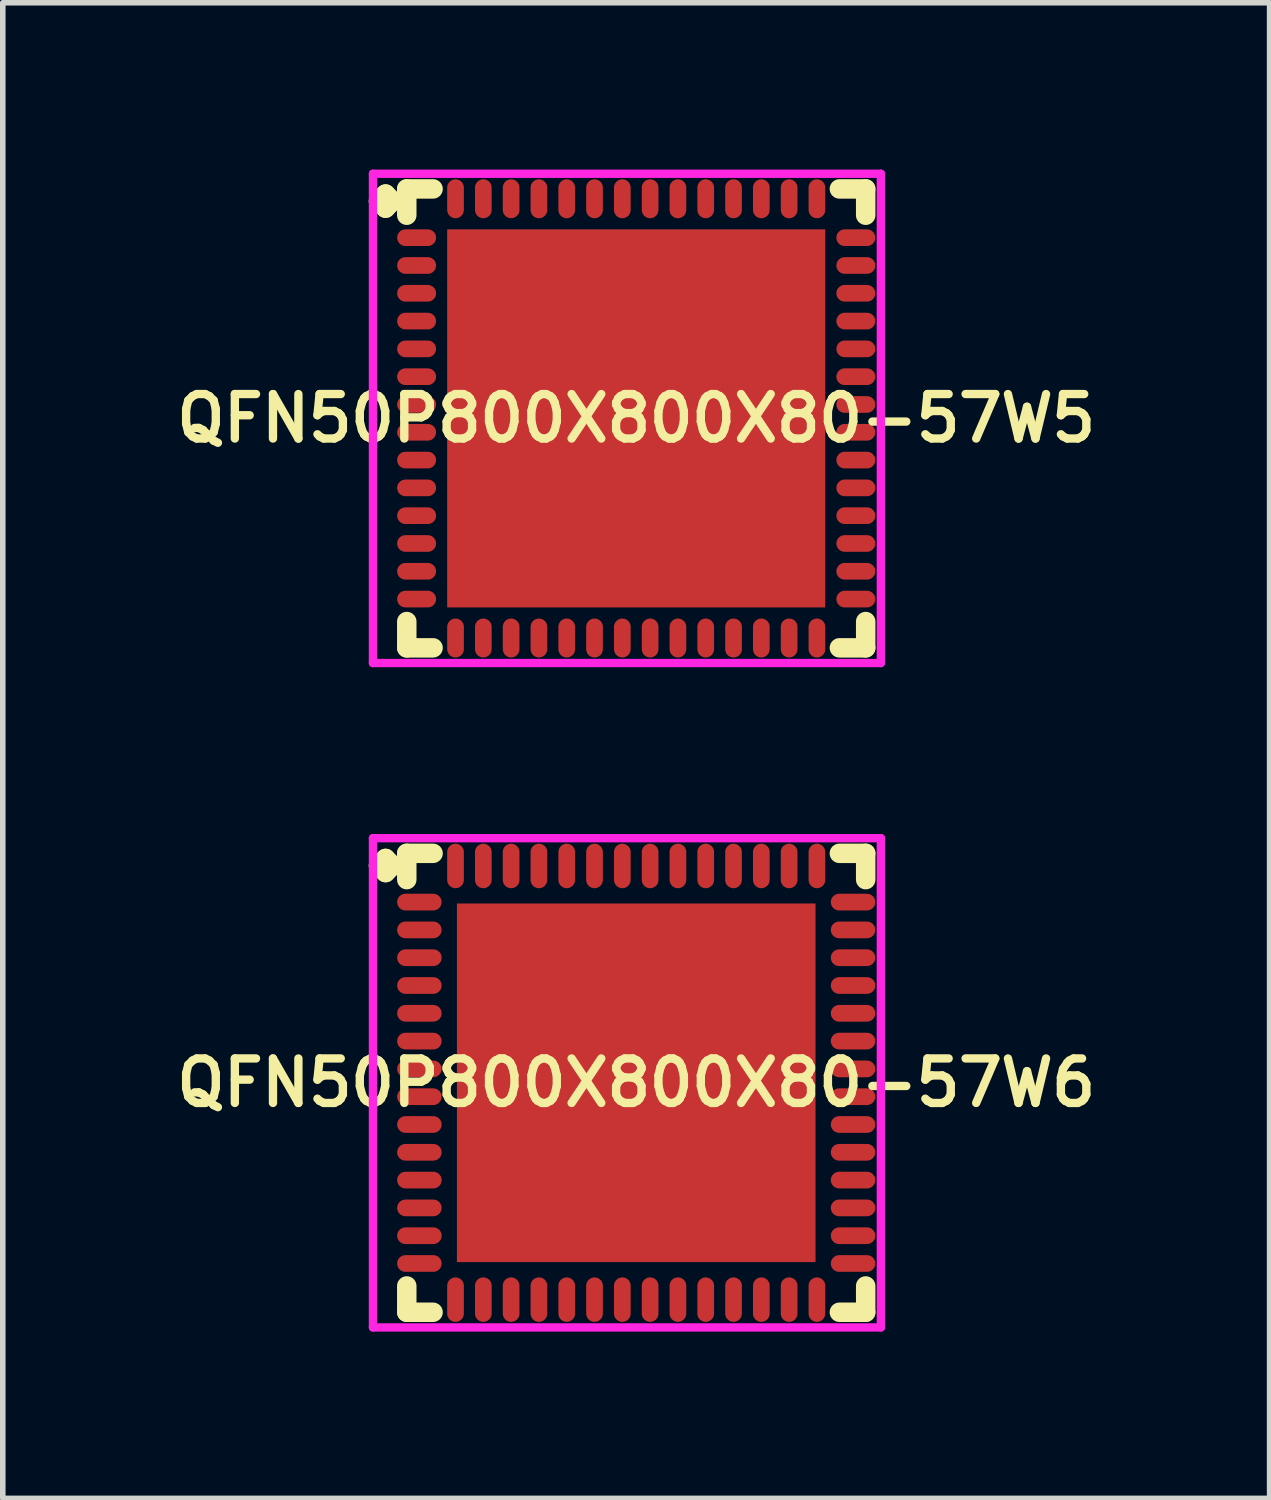
<source format=kicad_pcb>
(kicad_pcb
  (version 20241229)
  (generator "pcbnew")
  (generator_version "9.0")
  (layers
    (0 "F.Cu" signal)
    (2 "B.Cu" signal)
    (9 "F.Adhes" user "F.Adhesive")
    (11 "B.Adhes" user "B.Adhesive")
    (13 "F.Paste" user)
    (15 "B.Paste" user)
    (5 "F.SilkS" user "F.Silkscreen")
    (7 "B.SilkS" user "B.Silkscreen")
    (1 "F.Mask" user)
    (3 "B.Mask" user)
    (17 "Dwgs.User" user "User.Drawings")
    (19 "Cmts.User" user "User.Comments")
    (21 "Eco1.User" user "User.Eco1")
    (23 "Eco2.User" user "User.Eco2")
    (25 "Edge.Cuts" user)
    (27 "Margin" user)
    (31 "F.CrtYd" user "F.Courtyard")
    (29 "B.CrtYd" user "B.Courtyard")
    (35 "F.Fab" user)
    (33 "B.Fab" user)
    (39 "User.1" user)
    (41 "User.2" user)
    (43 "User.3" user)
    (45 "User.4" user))
  (footprint "QFN50P800X800X80-57W6"
    (layer "F.Cu")
    (at 8.393 16.425)
    (property "Reference" "QFN50P800X800X80-57W6" (at 0 0 0) (layer "F.SilkS") (effects (font (size 0.8 0.8) (thickness 0.15))))
    (attr smd)
    (fp_line (start -4.635 -3.908) (end -4.508 -4.035) (stroke (width 0.35) (type solid)) (layer "F.SilkS"))
    (fp_line (start -4.508 -4.035) (end -4.381 -3.908) (stroke (width 0.35) (type solid)) (layer "F.SilkS"))
    (fp_line (start -4.508 -3.781) (end -4.635 -3.908) (stroke (width 0.35) (type solid)) (layer "F.SilkS"))
    (fp_line (start -4.381 -3.908) (end -4.508 -3.781) (stroke (width 0.35) (type solid)) (layer "F.SilkS"))
    (fp_line (start -4.127 -4.127) (end -3.654 -4.127) (stroke (width 0.35) (type solid)) (layer "F.SilkS"))
    (fp_line (start -4.127 -3.654) (end -4.127 -4.127) (stroke (width 0.35) (type solid)) (layer "F.SilkS"))
    (fp_line (start -4.127 3.654) (end -4.127 4.127) (stroke (width 0.35) (type solid)) (layer "F.SilkS"))
    (fp_line (start -4.127 4.127) (end -3.654 4.127) (stroke (width 0.35) (type solid)) (layer "F.SilkS"))
    (fp_line (start 3.654 -4.127) (end 4.127 -4.127) (stroke (width 0.35) (type solid)) (layer "F.SilkS"))
    (fp_line (start 3.654 4.127) (end 4.127 4.127) (stroke (width 0.35) (type solid)) (layer "F.SilkS"))
    (fp_line (start 4.127 -4.127) (end 4.127 -3.654) (stroke (width 0.35) (type solid)) (layer "F.SilkS"))
    (fp_line (start 4.127 4.127) (end 4.127 3.654) (stroke (width 0.35) (type solid)) (layer "F.SilkS"))
    (fp_line (start -4.735 -4.4) (end 4.4 -4.4) (stroke (width 0.15) (type solid)) (layer "F.CrtYd"))
    (fp_line (start -4.735 4.4) (end -4.735 -4.4) (stroke (width 0.15) (type solid)) (layer "F.CrtYd"))
    (fp_line (start 4.4 -4.4) (end 4.4 4.4) (stroke (width 0.15) (type solid)) (layer "F.CrtYd"))
    (fp_line (start 4.4 4.4) (end -4.735 4.4) (stroke (width 0.15) (type solid)) (layer "F.CrtYd"))
    (pad "1" smd oval (at -3.9 -3.25) (size 0.8 0.3) (layers "F.Cu" "F.Mask" "F.Paste"))
    (pad "2" smd oval (at -3.9 -2.75) (size 0.8 0.3) (layers "F.Cu" "F.Mask" "F.Paste"))
    (pad "3" smd oval (at -3.9 -2.25) (size 0.8 0.3) (layers "F.Cu" "F.Mask" "F.Paste"))
    (pad "4" smd oval (at -3.9 -1.75) (size 0.8 0.3) (layers "F.Cu" "F.Mask" "F.Paste"))
    (pad "5" smd oval (at -3.9 -1.25) (size 0.8 0.3) (layers "F.Cu" "F.Mask" "F.Paste"))
    (pad "6" smd oval (at -3.9 -0.75) (size 0.8 0.3) (layers "F.Cu" "F.Mask" "F.Paste"))
    (pad "7" smd oval (at -3.9 -0.25) (size 0.8 0.3) (layers "F.Cu" "F.Mask" "F.Paste"))
    (pad "8" smd oval (at -3.9 0.25) (size 0.8 0.3) (layers "F.Cu" "F.Mask" "F.Paste"))
    (pad "9" smd oval (at -3.9 0.75) (size 0.8 0.3) (layers "F.Cu" "F.Mask" "F.Paste"))
    (pad "10" smd oval (at -3.9 1.25) (size 0.8 0.3) (layers "F.Cu" "F.Mask" "F.Paste"))
    (pad "11" smd oval (at -3.9 1.75) (size 0.8 0.3) (layers "F.Cu" "F.Mask" "F.Paste"))
    (pad "12" smd oval (at -3.9 2.25) (size 0.8 0.3) (layers "F.Cu" "F.Mask" "F.Paste"))
    (pad "13" smd oval (at -3.9 2.75) (size 0.8 0.3) (layers "F.Cu" "F.Mask" "F.Paste"))
    (pad "14" smd oval (at -3.9 3.25) (size 0.8 0.3) (layers "F.Cu" "F.Mask" "F.Paste"))
    (pad "15" smd oval (at -3.25 3.9) (size 0.3 0.8) (layers "F.Cu" "F.Mask" "F.Paste"))
    (pad "16" smd oval (at -2.75 3.9) (size 0.3 0.8) (layers "F.Cu" "F.Mask" "F.Paste"))
    (pad "17" smd oval (at -2.25 3.9) (size 0.3 0.8) (layers "F.Cu" "F.Mask" "F.Paste"))
    (pad "18" smd oval (at -1.75 3.9) (size 0.3 0.8) (layers "F.Cu" "F.Mask" "F.Paste"))
    (pad "19" smd oval (at -1.25 3.9) (size 0.3 0.8) (layers "F.Cu" "F.Mask" "F.Paste"))
    (pad "20" smd oval (at -0.75 3.9) (size 0.3 0.8) (layers "F.Cu" "F.Mask" "F.Paste"))
    (pad "21" smd oval (at -0.25 3.9) (size 0.3 0.8) (layers "F.Cu" "F.Mask" "F.Paste"))
    (pad "22" smd oval (at 0.25 3.9) (size 0.3 0.8) (layers "F.Cu" "F.Mask" "F.Paste"))
    (pad "23" smd oval (at 0.75 3.9) (size 0.3 0.8) (layers "F.Cu" "F.Mask" "F.Paste"))
    (pad "24" smd oval (at 1.25 3.9) (size 0.3 0.8) (layers "F.Cu" "F.Mask" "F.Paste"))
    (pad "25" smd oval (at 1.75 3.9) (size 0.3 0.8) (layers "F.Cu" "F.Mask" "F.Paste"))
    (pad "26" smd oval (at 2.25 3.9) (size 0.3 0.8) (layers "F.Cu" "F.Mask" "F.Paste"))
    (pad "27" smd oval (at 2.75 3.9) (size 0.3 0.8) (layers "F.Cu" "F.Mask" "F.Paste"))
    (pad "28" smd oval (at 3.25 3.9) (size 0.3 0.8) (layers "F.Cu" "F.Mask" "F.Paste"))
    (pad "29" smd oval (at 3.9 3.25) (size 0.8 0.3) (layers "F.Cu" "F.Mask" "F.Paste"))
    (pad "30" smd oval (at 3.9 2.75) (size 0.8 0.3) (layers "F.Cu" "F.Mask" "F.Paste"))
    (pad "31" smd oval (at 3.9 2.25) (size 0.8 0.3) (layers "F.Cu" "F.Mask" "F.Paste"))
    (pad "32" smd oval (at 3.9 1.75) (size 0.8 0.3) (layers "F.Cu" "F.Mask" "F.Paste"))
    (pad "33" smd oval (at 3.9 1.25) (size 0.8 0.3) (layers "F.Cu" "F.Mask" "F.Paste"))
    (pad "34" smd oval (at 3.9 0.75) (size 0.8 0.3) (layers "F.Cu" "F.Mask" "F.Paste"))
    (pad "35" smd oval (at 3.9 0.25) (size 0.8 0.3) (layers "F.Cu" "F.Mask" "F.Paste"))
    (pad "36" smd oval (at 3.9 -0.25) (size 0.8 0.3) (layers "F.Cu" "F.Mask" "F.Paste"))
    (pad "37" smd oval (at 3.9 -0.75) (size 0.8 0.3) (layers "F.Cu" "F.Mask" "F.Paste"))
    (pad "38" smd oval (at 3.9 -1.25) (size 0.8 0.3) (layers "F.Cu" "F.Mask" "F.Paste"))
    (pad "39" smd oval (at 3.9 -1.75) (size 0.8 0.3) (layers "F.Cu" "F.Mask" "F.Paste"))
    (pad "40" smd oval (at 3.9 -2.25) (size 0.8 0.3) (layers "F.Cu" "F.Mask" "F.Paste"))
    (pad "41" smd oval (at 3.9 -2.75) (size 0.8 0.3) (layers "F.Cu" "F.Mask" "F.Paste"))
    (pad "42" smd oval (at 3.9 -3.25) (size 0.8 0.3) (layers "F.Cu" "F.Mask" "F.Paste"))
    (pad "43" smd oval (at 3.25 -3.9) (size 0.3 0.8) (layers "F.Cu" "F.Mask" "F.Paste"))
    (pad "44" smd oval (at 2.75 -3.9) (size 0.3 0.8) (layers "F.Cu" "F.Mask" "F.Paste"))
    (pad "45" smd oval (at 2.25 -3.9) (size 0.3 0.8) (layers "F.Cu" "F.Mask" "F.Paste"))
    (pad "46" smd oval (at 1.75 -3.9) (size 0.3 0.8) (layers "F.Cu" "F.Mask" "F.Paste"))
    (pad "47" smd oval (at 1.25 -3.9) (size 0.3 0.8) (layers "F.Cu" "F.Mask" "F.Paste"))
    (pad "48" smd oval (at 0.75 -3.9) (size 0.3 0.8) (layers "F.Cu" "F.Mask" "F.Paste"))
    (pad "49" smd oval (at 0.25 -3.9) (size 0.3 0.8) (layers "F.Cu" "F.Mask" "F.Paste"))
    (pad "50" smd oval (at -0.25 -3.9) (size 0.3 0.8) (layers "F.Cu" "F.Mask" "F.Paste"))
    (pad "51" smd oval (at -0.75 -3.9) (size 0.3 0.8) (layers "F.Cu" "F.Mask" "F.Paste"))
    (pad "52" smd oval (at -1.25 -3.9) (size 0.3 0.8) (layers "F.Cu" "F.Mask" "F.Paste"))
    (pad "53" smd oval (at -1.75 -3.9) (size 0.3 0.8) (layers "F.Cu" "F.Mask" "F.Paste"))
    (pad "54" smd oval (at -2.25 -3.9) (size 0.3 0.8) (layers "F.Cu" "F.Mask" "F.Paste"))
    (pad "55" smd oval (at -2.75 -3.9) (size 0.3 0.8) (layers "F.Cu" "F.Mask" "F.Paste"))
    (pad "56" smd oval (at -3.25 -3.9) (size 0.3 0.8) (layers "F.Cu" "F.Mask" "F.Paste"))
    (pad "57" smd rect (at 0 0) (size 6.45 6.45) (layers "F.Cu" "F.Mask" "F.Paste")))
  (footprint "QFN50P800X800X80-57W5"
    (layer "F.Cu")
    (at 8.393 4.475)
    (property "Reference" "QFN50P800X800X80-57W5" (at 0 0 0) (layer "F.SilkS") (effects (font (size 0.8 0.8) (thickness 0.15))))
    (attr smd)
    (fp_line (start -4.635 -3.908) (end -4.508 -4.035) (stroke (width 0.35) (type solid)) (layer "F.SilkS"))
    (fp_line (start -4.508 -4.035) (end -4.381 -3.908) (stroke (width 0.35) (type solid)) (layer "F.SilkS"))
    (fp_line (start -4.508 -3.781) (end -4.635 -3.908) (stroke (width 0.35) (type solid)) (layer "F.SilkS"))
    (fp_line (start -4.381 -3.908) (end -4.508 -3.781) (stroke (width 0.35) (type solid)) (layer "F.SilkS"))
    (fp_line (start -4.127 -4.127) (end -3.654 -4.127) (stroke (width 0.35) (type solid)) (layer "F.SilkS"))
    (fp_line (start -4.127 -3.654) (end -4.127 -4.127) (stroke (width 0.35) (type solid)) (layer "F.SilkS"))
    (fp_line (start -4.127 3.654) (end -4.127 4.127) (stroke (width 0.35) (type solid)) (layer "F.SilkS"))
    (fp_line (start -4.127 4.127) (end -3.654 4.127) (stroke (width 0.35) (type solid)) (layer "F.SilkS"))
    (fp_line (start 3.654 -4.127) (end 4.127 -4.127) (stroke (width 0.35) (type solid)) (layer "F.SilkS"))
    (fp_line (start 3.654 4.127) (end 4.127 4.127) (stroke (width 0.35) (type solid)) (layer "F.SilkS"))
    (fp_line (start 4.127 -4.127) (end 4.127 -3.654) (stroke (width 0.35) (type solid)) (layer "F.SilkS"))
    (fp_line (start 4.127 4.127) (end 4.127 3.654) (stroke (width 0.35) (type solid)) (layer "F.SilkS"))
    (fp_line (start -4.735 -4.4) (end 4.4 -4.4) (stroke (width 0.15) (type solid)) (layer "F.CrtYd"))
    (fp_line (start -4.735 4.4) (end -4.735 -4.4) (stroke (width 0.15) (type solid)) (layer "F.CrtYd"))
    (fp_line (start 4.4 -4.4) (end 4.4 4.4) (stroke (width 0.15) (type solid)) (layer "F.CrtYd"))
    (fp_line (start 4.4 4.4) (end -4.735 4.4) (stroke (width 0.15) (type solid)) (layer "F.CrtYd"))
    (pad "1" smd oval (at -3.95 -3.25) (size 0.7 0.3) (layers "F.Cu" "F.Mask" "F.Paste"))
    (pad "2" smd oval (at -3.95 -2.75) (size 0.7 0.3) (layers "F.Cu" "F.Mask" "F.Paste"))
    (pad "3" smd oval (at -3.95 -2.25) (size 0.7 0.3) (layers "F.Cu" "F.Mask" "F.Paste"))
    (pad "4" smd oval (at -3.95 -1.75) (size 0.7 0.3) (layers "F.Cu" "F.Mask" "F.Paste"))
    (pad "5" smd oval (at -3.95 -1.25) (size 0.7 0.3) (layers "F.Cu" "F.Mask" "F.Paste"))
    (pad "6" smd oval (at -3.95 -0.75) (size 0.7 0.3) (layers "F.Cu" "F.Mask" "F.Paste"))
    (pad "7" smd oval (at -3.95 -0.25) (size 0.7 0.3) (layers "F.Cu" "F.Mask" "F.Paste"))
    (pad "8" smd oval (at -3.95 0.25) (size 0.7 0.3) (layers "F.Cu" "F.Mask" "F.Paste"))
    (pad "9" smd oval (at -3.95 0.75) (size 0.7 0.3) (layers "F.Cu" "F.Mask" "F.Paste"))
    (pad "10" smd oval (at -3.95 1.25) (size 0.7 0.3) (layers "F.Cu" "F.Mask" "F.Paste"))
    (pad "11" smd oval (at -3.95 1.75) (size 0.7 0.3) (layers "F.Cu" "F.Mask" "F.Paste"))
    (pad "12" smd oval (at -3.95 2.25) (size 0.7 0.3) (layers "F.Cu" "F.Mask" "F.Paste"))
    (pad "13" smd oval (at -3.95 2.75) (size 0.7 0.3) (layers "F.Cu" "F.Mask" "F.Paste"))
    (pad "14" smd oval (at -3.95 3.25) (size 0.7 0.3) (layers "F.Cu" "F.Mask" "F.Paste"))
    (pad "15" smd oval (at -3.25 3.95) (size 0.3 0.7) (layers "F.Cu" "F.Mask" "F.Paste"))
    (pad "16" smd oval (at -2.75 3.95) (size 0.3 0.7) (layers "F.Cu" "F.Mask" "F.Paste"))
    (pad "17" smd oval (at -2.25 3.95) (size 0.3 0.7) (layers "F.Cu" "F.Mask" "F.Paste"))
    (pad "18" smd oval (at -1.75 3.95) (size 0.3 0.7) (layers "F.Cu" "F.Mask" "F.Paste"))
    (pad "19" smd oval (at -1.25 3.95) (size 0.3 0.7) (layers "F.Cu" "F.Mask" "F.Paste"))
    (pad "20" smd oval (at -0.75 3.95) (size 0.3 0.7) (layers "F.Cu" "F.Mask" "F.Paste"))
    (pad "21" smd oval (at -0.25 3.95) (size 0.3 0.7) (layers "F.Cu" "F.Mask" "F.Paste"))
    (pad "22" smd oval (at 0.25 3.95) (size 0.3 0.7) (layers "F.Cu" "F.Mask" "F.Paste"))
    (pad "23" smd oval (at 0.75 3.95) (size 0.3 0.7) (layers "F.Cu" "F.Mask" "F.Paste"))
    (pad "24" smd oval (at 1.25 3.95) (size 0.3 0.7) (layers "F.Cu" "F.Mask" "F.Paste"))
    (pad "25" smd oval (at 1.75 3.95) (size 0.3 0.7) (layers "F.Cu" "F.Mask" "F.Paste"))
    (pad "26" smd oval (at 2.25 3.95) (size 0.3 0.7) (layers "F.Cu" "F.Mask" "F.Paste"))
    (pad "27" smd oval (at 2.75 3.95) (size 0.3 0.7) (layers "F.Cu" "F.Mask" "F.Paste"))
    (pad "28" smd oval (at 3.25 3.95) (size 0.3 0.7) (layers "F.Cu" "F.Mask" "F.Paste"))
    (pad "29" smd oval (at 3.95 3.25) (size 0.7 0.3) (layers "F.Cu" "F.Mask" "F.Paste"))
    (pad "30" smd oval (at 3.95 2.75) (size 0.7 0.3) (layers "F.Cu" "F.Mask" "F.Paste"))
    (pad "31" smd oval (at 3.95 2.25) (size 0.7 0.3) (layers "F.Cu" "F.Mask" "F.Paste"))
    (pad "32" smd oval (at 3.95 1.75) (size 0.7 0.3) (layers "F.Cu" "F.Mask" "F.Paste"))
    (pad "33" smd oval (at 3.95 1.25) (size 0.7 0.3) (layers "F.Cu" "F.Mask" "F.Paste"))
    (pad "34" smd oval (at 3.95 0.75) (size 0.7 0.3) (layers "F.Cu" "F.Mask" "F.Paste"))
    (pad "35" smd oval (at 3.95 0.25) (size 0.7 0.3) (layers "F.Cu" "F.Mask" "F.Paste"))
    (pad "36" smd oval (at 3.95 -0.25) (size 0.7 0.3) (layers "F.Cu" "F.Mask" "F.Paste"))
    (pad "37" smd oval (at 3.95 -0.75) (size 0.7 0.3) (layers "F.Cu" "F.Mask" "F.Paste"))
    (pad "38" smd oval (at 3.95 -1.25) (size 0.7 0.3) (layers "F.Cu" "F.Mask" "F.Paste"))
    (pad "39" smd oval (at 3.95 -1.75) (size 0.7 0.3) (layers "F.Cu" "F.Mask" "F.Paste"))
    (pad "40" smd oval (at 3.95 -2.25) (size 0.7 0.3) (layers "F.Cu" "F.Mask" "F.Paste"))
    (pad "41" smd oval (at 3.95 -2.75) (size 0.7 0.3) (layers "F.Cu" "F.Mask" "F.Paste"))
    (pad "42" smd oval (at 3.95 -3.25) (size 0.7 0.3) (layers "F.Cu" "F.Mask" "F.Paste"))
    (pad "43" smd oval (at 3.25 -3.95) (size 0.3 0.7) (layers "F.Cu" "F.Mask" "F.Paste"))
    (pad "44" smd oval (at 2.75 -3.95) (size 0.3 0.7) (layers "F.Cu" "F.Mask" "F.Paste"))
    (pad "45" smd oval (at 2.25 -3.95) (size 0.3 0.7) (layers "F.Cu" "F.Mask" "F.Paste"))
    (pad "46" smd oval (at 1.75 -3.95) (size 0.3 0.7) (layers "F.Cu" "F.Mask" "F.Paste"))
    (pad "47" smd oval (at 1.25 -3.95) (size 0.3 0.7) (layers "F.Cu" "F.Mask" "F.Paste"))
    (pad "48" smd oval (at 0.75 -3.95) (size 0.3 0.7) (layers "F.Cu" "F.Mask" "F.Paste"))
    (pad "49" smd oval (at 0.25 -3.95) (size 0.3 0.7) (layers "F.Cu" "F.Mask" "F.Paste"))
    (pad "50" smd oval (at -0.25 -3.95) (size 0.3 0.7) (layers "F.Cu" "F.Mask" "F.Paste"))
    (pad "51" smd oval (at -0.75 -3.95) (size 0.3 0.7) (layers "F.Cu" "F.Mask" "F.Paste"))
    (pad "52" smd oval (at -1.25 -3.95) (size 0.3 0.7) (layers "F.Cu" "F.Mask" "F.Paste"))
    (pad "53" smd oval (at -1.75 -3.95) (size 0.3 0.7) (layers "F.Cu" "F.Mask" "F.Paste"))
    (pad "54" smd oval (at -2.25 -3.95) (size 0.3 0.7) (layers "F.Cu" "F.Mask" "F.Paste"))
    (pad "55" smd oval (at -2.75 -3.95) (size 0.3 0.7) (layers "F.Cu" "F.Mask" "F.Paste"))
    (pad "56" smd oval (at -3.25 -3.95) (size 0.3 0.7) (layers "F.Cu" "F.Mask" "F.Paste"))
    (pad "57" smd rect (at 0 0) (size 6.8 6.8) (layers "F.Cu" "F.Mask" "F.Paste")))
  (gr_rect
    (start -3 -3)
    (end 19.785 23.9)
    (stroke (width 0.1) (type default))
    (fill no)
    (layer "Edge.Cuts")))
</source>
